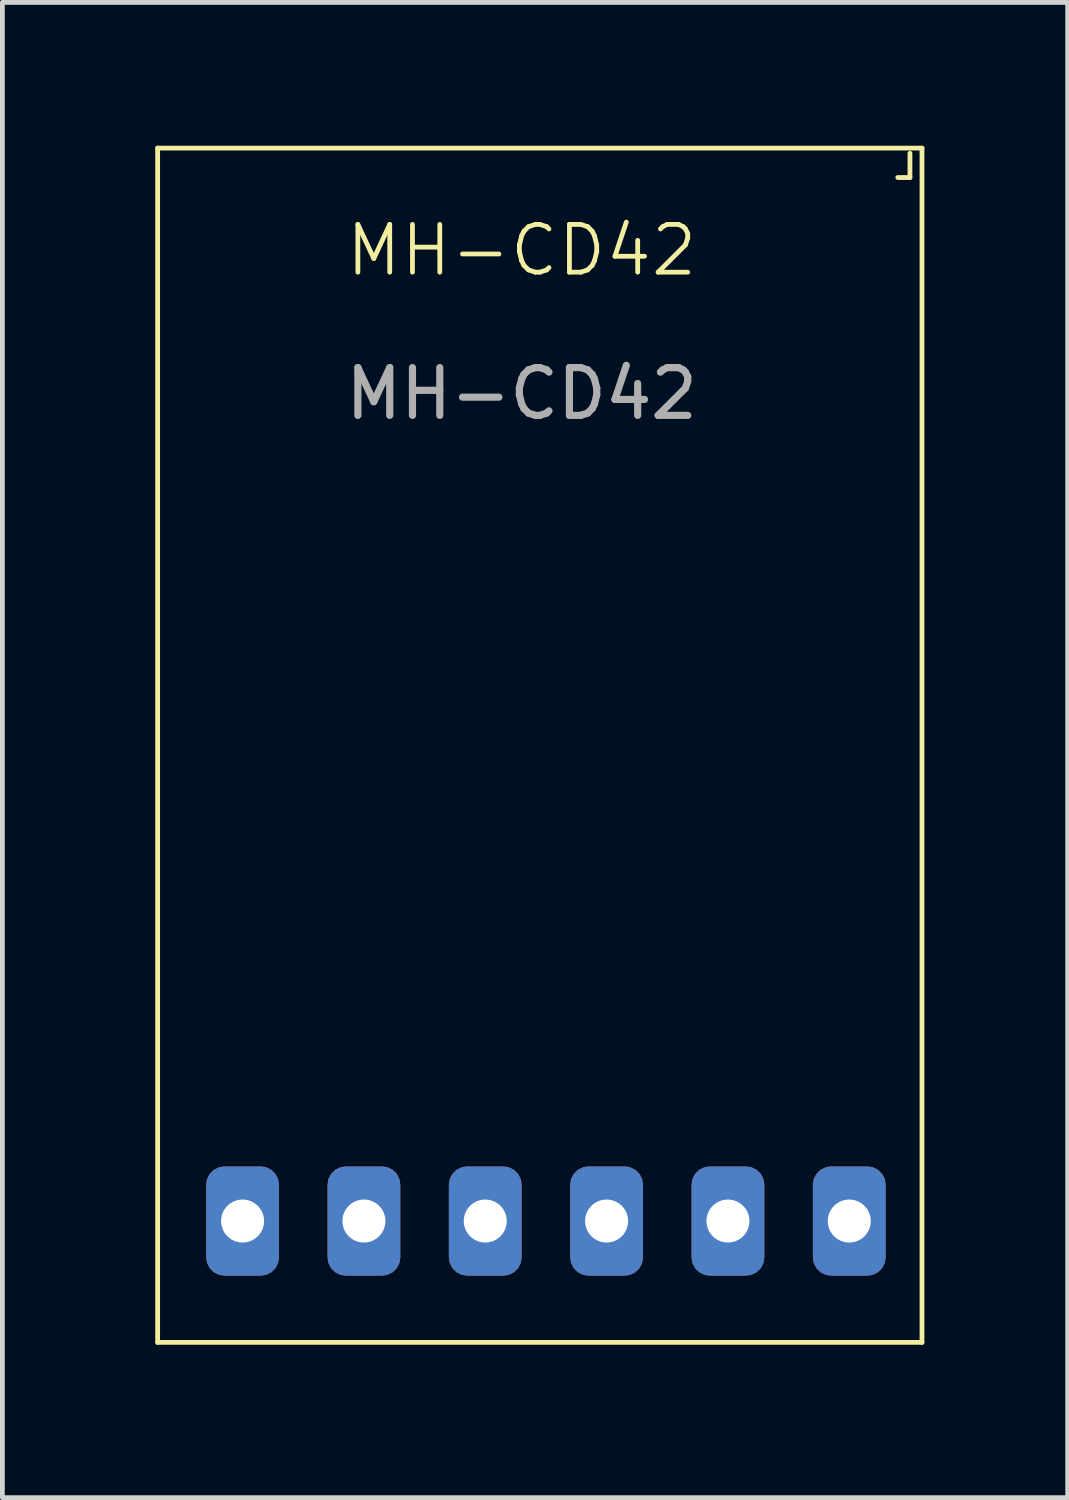
<source format=kicad_pcb>
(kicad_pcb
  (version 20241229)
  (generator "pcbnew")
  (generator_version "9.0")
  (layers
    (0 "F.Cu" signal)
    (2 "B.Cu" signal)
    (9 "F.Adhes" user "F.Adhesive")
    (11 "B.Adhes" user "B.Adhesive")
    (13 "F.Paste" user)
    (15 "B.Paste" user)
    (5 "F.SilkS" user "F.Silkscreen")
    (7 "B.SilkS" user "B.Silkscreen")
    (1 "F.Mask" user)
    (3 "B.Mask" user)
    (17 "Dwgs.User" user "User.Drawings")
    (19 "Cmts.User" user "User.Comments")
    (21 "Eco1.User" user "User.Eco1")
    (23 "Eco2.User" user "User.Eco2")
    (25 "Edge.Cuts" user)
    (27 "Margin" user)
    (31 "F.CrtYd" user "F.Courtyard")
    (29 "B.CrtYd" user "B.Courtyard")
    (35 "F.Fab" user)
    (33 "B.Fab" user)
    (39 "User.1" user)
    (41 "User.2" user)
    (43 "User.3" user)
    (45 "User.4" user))
  (footprint "MH-CD42"
    (layer "F.Cu")
    (at 0.25 25.05)
    (property "Reference" "MH-CD42" (at 7.62 -22.86 0) (unlocked yes) (layer "F.SilkS") (effects (font (size 1 1) (thickness 0.1))))
    (attr smd)
    (fp_line (start 0 -25) (end 16 -25) (stroke (width 0.1) (type default)) (layer "F.SilkS"))
    (fp_line (start 0 0) (end 0 -25) (stroke (width 0.1) (type default)) (layer "F.SilkS"))
    (fp_line (start 0 0) (end 16 0) (stroke (width 0.1) (type default)) (layer "F.SilkS"))
    (fp_line (start 15.494 -24.384) (end 15.748 -24.384) (stroke (width 0.1) (type default)) (layer "F.SilkS"))
    (fp_line (start 15.748 -24.384) (end 15.748 -24.892) (stroke (width 0.1) (type default)) (layer "F.SilkS"))
    (fp_line (start 16 -25) (end 16 0) (stroke (width 0.1) (type default)) (layer "F.SilkS"))
    (fp_text user "${REFERENCE}" (at 7.62 -19.86 0) (unlocked yes) (layer "F.Fab") (effects (font (size 1 1) (thickness 0.15))))
    (pad "1" thru_hole roundrect (at 1.778 -2.54 90) (size 2.286 1.524) (drill 0.9) (layers "*.Cu" "*.Mask") (roundrect_rratio 0.25))
    (pad "2" thru_hole roundrect (at 4.318 -2.54 90) (size 2.286 1.524) (drill 0.9) (layers "*.Cu" "*.Mask") (roundrect_rratio 0.25))
    (pad "3" thru_hole roundrect (at 6.858 -2.54 90) (size 2.286 1.524) (drill 0.9) (layers "*.Cu" "*.Mask") (roundrect_rratio 0.25))
    (pad "4" thru_hole roundrect (at 9.398 -2.54 90) (size 2.286 1.524) (drill 0.9) (layers "*.Cu" "*.Mask") (roundrect_rratio 0.25))
    (pad "5" thru_hole roundrect (at 11.938 -2.54 90) (size 2.286 1.524) (drill 0.9) (layers "*.Cu" "*.Mask") (roundrect_rratio 0.25))
    (pad "6" thru_hole roundrect (at 14.478 -2.54 90) (size 2.286 1.524) (drill 0.9) (layers "*.Cu" "*.Mask") (roundrect_rratio 0.25)))
  (gr_rect
    (start -3 -3)
    (end 19.3 28.3)
    (stroke (width 0.1) (type default))
    (fill no)
    (layer "Edge.Cuts")))
</source>
